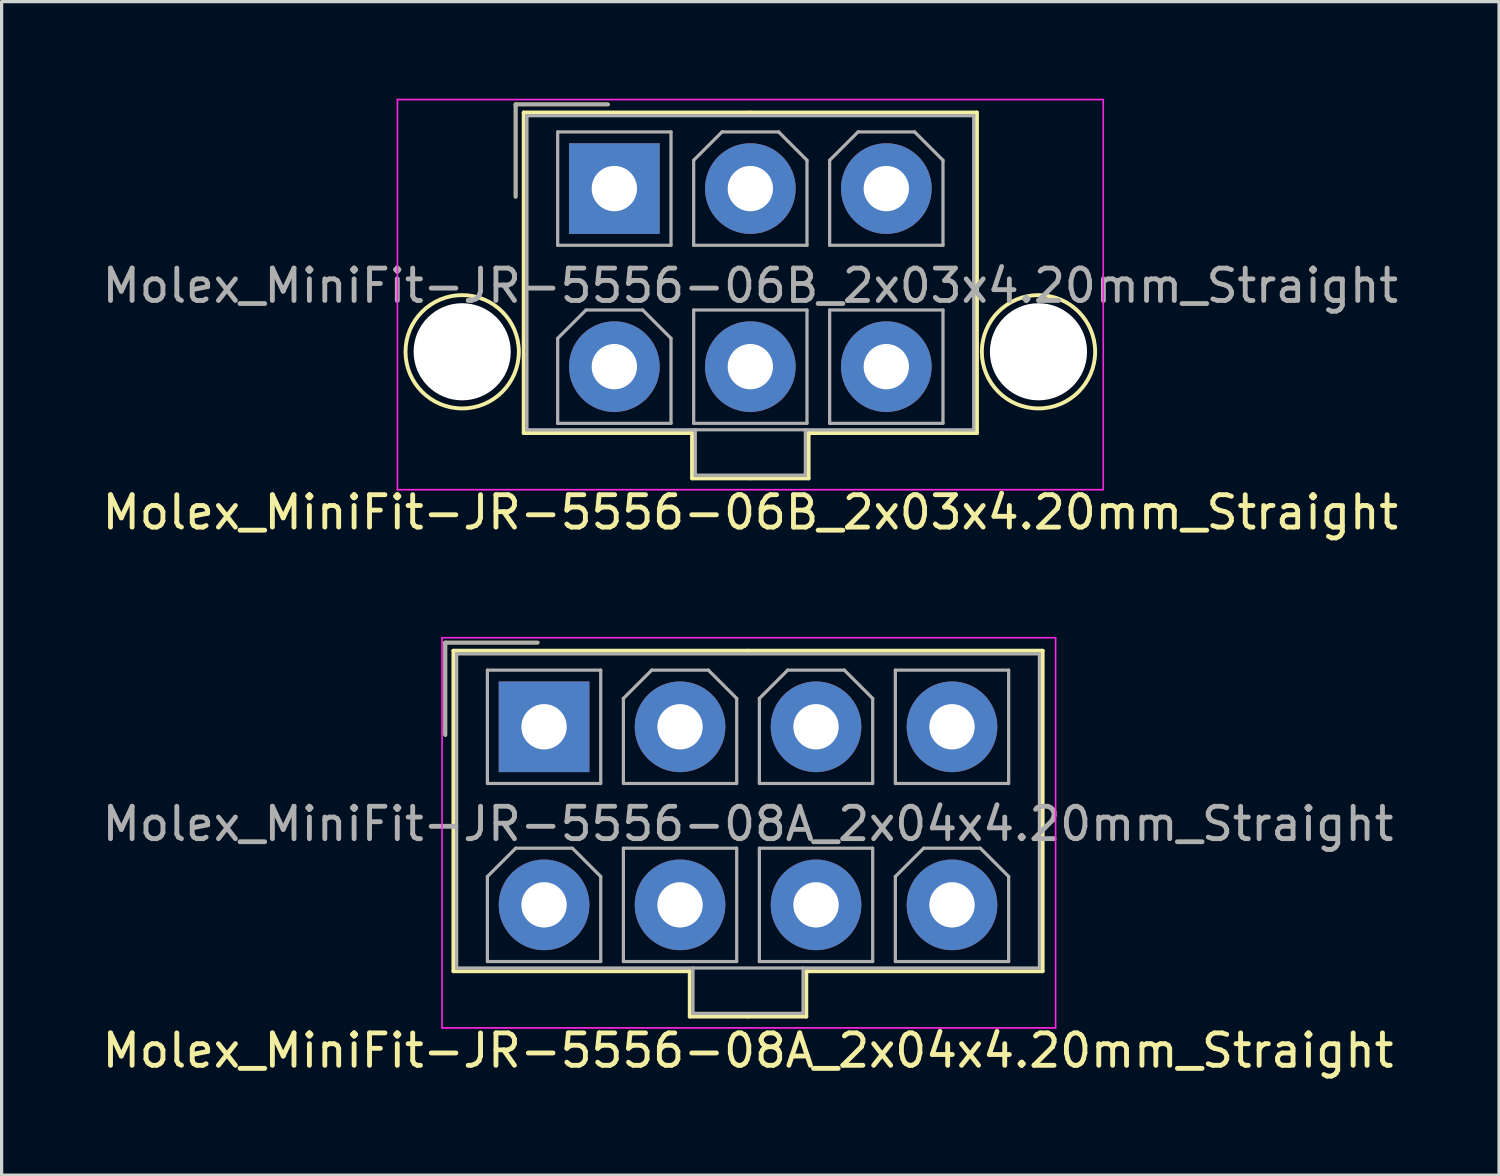
<source format=kicad_pcb>
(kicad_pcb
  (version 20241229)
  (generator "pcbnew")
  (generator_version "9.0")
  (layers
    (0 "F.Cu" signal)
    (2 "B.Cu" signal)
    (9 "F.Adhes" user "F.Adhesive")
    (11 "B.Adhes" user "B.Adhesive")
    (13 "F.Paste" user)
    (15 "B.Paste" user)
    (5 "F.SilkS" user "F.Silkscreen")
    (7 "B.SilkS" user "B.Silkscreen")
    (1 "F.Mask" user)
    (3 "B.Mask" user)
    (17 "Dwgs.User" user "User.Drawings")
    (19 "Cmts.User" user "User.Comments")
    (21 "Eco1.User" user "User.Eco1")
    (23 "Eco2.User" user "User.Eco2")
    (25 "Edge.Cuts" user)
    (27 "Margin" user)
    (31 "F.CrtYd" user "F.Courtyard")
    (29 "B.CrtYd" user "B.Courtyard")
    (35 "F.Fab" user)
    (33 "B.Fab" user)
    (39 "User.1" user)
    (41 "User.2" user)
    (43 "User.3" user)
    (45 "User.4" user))
  (footprint "Molex_MiniFit-JR-5556-06B_2x03x4.20mm_Straight"
    (layer "F.Cu")
    (at 15.925 2.775)
    (property "Reference" "Molex_MiniFit-JR-5556-06B_2x03x4.20mm_Straight" (at 4.2 10 0) (layer "F.SilkS") (effects (font (size 1 1) (thickness 0.15))))
    (attr through_hole)
    (fp_line (start -3.05 -2.6) (end -3.05 0.25) (stroke (width 0.12) (type solid)) (layer "F.SilkS"))
    (fp_line (start -2.8 -2.35) (end -2.8 7.55) (stroke (width 0.12) (type solid)) (layer "F.SilkS"))
    (fp_line (start -2.8 7.55) (end 2.4 7.55) (stroke (width 0.12) (type solid)) (layer "F.SilkS"))
    (fp_line (start -0.2 -2.6) (end -3.05 -2.6) (stroke (width 0.12) (type solid)) (layer "F.SilkS"))
    (fp_line (start 2.4 7.55) (end 2.4 8.95) (stroke (width 0.12) (type solid)) (layer "F.SilkS"))
    (fp_line (start 2.4 8.95) (end 4.2 8.95) (stroke (width 0.12) (type solid)) (layer "F.SilkS"))
    (fp_line (start 4.2 -2.35) (end -2.8 -2.35) (stroke (width 0.12) (type solid)) (layer "F.SilkS"))
    (fp_line (start 4.2 -2.35) (end 11.2 -2.35) (stroke (width 0.12) (type solid)) (layer "F.SilkS"))
    (fp_line (start 6 7.55) (end 6 8.95) (stroke (width 0.12) (type solid)) (layer "F.SilkS"))
    (fp_line (start 6 8.95) (end 4.2 8.95) (stroke (width 0.12) (type solid)) (layer "F.SilkS"))
    (fp_line (start 11.2 -2.35) (end 11.2 7.55) (stroke (width 0.12) (type solid)) (layer "F.SilkS"))
    (fp_line (start 11.2 7.55) (end 6 7.55) (stroke (width 0.12) (type solid)) (layer "F.SilkS"))
    (fp_circle (center -4.7 5.04) (end -2.95 5.04) (stroke (width 0.12) (type solid)) (fill no) (layer "F.SilkS"))
    (fp_circle (center 13.1 5.04) (end 14.85 5.04) (stroke (width 0.12) (type solid)) (fill no) (layer "F.SilkS"))
    (fp_line (start -6.7 -2.75) (end -6.7 9.3) (stroke (width 0.05) (type solid)) (layer "F.CrtYd"))
    (fp_line (start -6.7 9.3) (end 15.1 9.3) (stroke (width 0.05) (type solid)) (layer "F.CrtYd"))
    (fp_line (start 15.1 -2.75) (end -6.7 -2.75) (stroke (width 0.05) (type solid)) (layer "F.CrtYd"))
    (fp_line (start 15.1 9.3) (end 15.1 -2.75) (stroke (width 0.05) (type solid)) (layer "F.CrtYd"))
    (fp_line (start -3.05 -2.6) (end -3.05 0.25) (stroke (width 0.1) (type solid)) (layer "F.Fab"))
    (fp_line (start -2.7 -2.25) (end -2.7 7.45) (stroke (width 0.1) (type solid)) (layer "F.Fab"))
    (fp_line (start -2.7 7.45) (end 11.1 7.45) (stroke (width 0.1) (type solid)) (layer "F.Fab"))
    (fp_line (start -1.75 -1.75) (end -1.75 1.75) (stroke (width 0.1) (type solid)) (layer "F.Fab"))
    (fp_line (start -1.75 1.75) (end 1.75 1.75) (stroke (width 0.1) (type solid)) (layer "F.Fab"))
    (fp_line (start -1.75 4.625) (end -0.875 3.75) (stroke (width 0.1) (type solid)) (layer "F.Fab"))
    (fp_line (start -1.75 7.25) (end -1.75 4.625) (stroke (width 0.1) (type solid)) (layer "F.Fab"))
    (fp_line (start -0.875 3.75) (end 0.875 3.75) (stroke (width 0.1) (type solid)) (layer "F.Fab"))
    (fp_line (start -0.2 -2.6) (end -3.05 -2.6) (stroke (width 0.1) (type solid)) (layer "F.Fab"))
    (fp_line (start 0.875 3.75) (end 1.75 4.625) (stroke (width 0.1) (type solid)) (layer "F.Fab"))
    (fp_line (start 1.75 -1.75) (end -1.75 -1.75) (stroke (width 0.1) (type solid)) (layer "F.Fab"))
    (fp_line (start 1.75 1.75) (end 1.75 -1.75) (stroke (width 0.1) (type solid)) (layer "F.Fab"))
    (fp_line (start 1.75 4.625) (end 1.75 7.25) (stroke (width 0.1) (type solid)) (layer "F.Fab"))
    (fp_line (start 1.75 7.25) (end -1.75 7.25) (stroke (width 0.1) (type solid)) (layer "F.Fab"))
    (fp_line (start 2.45 -0.875) (end 3.325 -1.75) (stroke (width 0.1) (type solid)) (layer "F.Fab"))
    (fp_line (start 2.45 1.75) (end 2.45 -0.875) (stroke (width 0.1) (type solid)) (layer "F.Fab"))
    (fp_line (start 2.45 3.75) (end 2.45 7.25) (stroke (width 0.1) (type solid)) (layer "F.Fab"))
    (fp_line (start 2.45 7.25) (end 5.95 7.25) (stroke (width 0.1) (type solid)) (layer "F.Fab"))
    (fp_line (start 2.5 7.45) (end 2.5 8.85) (stroke (width 0.1) (type solid)) (layer "F.Fab"))
    (fp_line (start 2.5 8.85) (end 5.9 8.85) (stroke (width 0.1) (type solid)) (layer "F.Fab"))
    (fp_line (start 3.325 -1.75) (end 5.075 -1.75) (stroke (width 0.1) (type solid)) (layer "F.Fab"))
    (fp_line (start 5.075 -1.75) (end 5.95 -0.875) (stroke (width 0.1) (type solid)) (layer "F.Fab"))
    (fp_line (start 5.9 8.85) (end 5.9 7.45) (stroke (width 0.1) (type solid)) (layer "F.Fab"))
    (fp_line (start 5.95 -0.875) (end 5.95 1.75) (stroke (width 0.1) (type solid)) (layer "F.Fab"))
    (fp_line (start 5.95 1.75) (end 2.45 1.75) (stroke (width 0.1) (type solid)) (layer "F.Fab"))
    (fp_line (start 5.95 3.75) (end 2.45 3.75) (stroke (width 0.1) (type solid)) (layer "F.Fab"))
    (fp_line (start 5.95 7.25) (end 5.95 3.75) (stroke (width 0.1) (type solid)) (layer "F.Fab"))
    (fp_line (start 6.65 -0.875) (end 7.525 -1.75) (stroke (width 0.1) (type solid)) (layer "F.Fab"))
    (fp_line (start 6.65 1.75) (end 6.65 -0.875) (stroke (width 0.1) (type solid)) (layer "F.Fab"))
    (fp_line (start 6.65 3.75) (end 6.65 7.25) (stroke (width 0.1) (type solid)) (layer "F.Fab"))
    (fp_line (start 6.65 7.25) (end 10.15 7.25) (stroke (width 0.1) (type solid)) (layer "F.Fab"))
    (fp_line (start 7.525 -1.75) (end 9.275 -1.75) (stroke (width 0.1) (type solid)) (layer "F.Fab"))
    (fp_line (start 9.275 -1.75) (end 10.15 -0.875) (stroke (width 0.1) (type solid)) (layer "F.Fab"))
    (fp_line (start 10.15 -0.875) (end 10.15 1.75) (stroke (width 0.1) (type solid)) (layer "F.Fab"))
    (fp_line (start 10.15 1.75) (end 6.65 1.75) (stroke (width 0.1) (type solid)) (layer "F.Fab"))
    (fp_line (start 10.15 3.75) (end 6.65 3.75) (stroke (width 0.1) (type solid)) (layer "F.Fab"))
    (fp_line (start 10.15 7.25) (end 10.15 3.75) (stroke (width 0.1) (type solid)) (layer "F.Fab"))
    (fp_line (start 11.1 -2.25) (end -2.7 -2.25) (stroke (width 0.1) (type solid)) (layer "F.Fab"))
    (fp_line (start 11.1 7.45) (end 11.1 -2.25) (stroke (width 0.1) (type solid)) (layer "F.Fab"))
    (fp_text user "${REFERENCE}" (at 4.2 3 0) (layer "F.Fab") (effects (font (size 1 1) (thickness 0.15))))
    (pad "" np_thru_hole circle (at -4.7 5.04) (size 3 3) (drill 3) (layers "*.Cu" "*.Mask"))
    (pad "" np_thru_hole circle (at 13.1 5.04) (size 3 3) (drill 3) (layers "*.Cu" "*.Mask"))
    (pad "1" thru_hole rect (at 0 0) (size 2.8 2.8) (drill 1.4) (layers "*.Cu" "*.Mask"))
    (pad "2" thru_hole circle (at 4.2 0) (size 2.8 2.8) (drill 1.4) (layers "*.Cu" "*.Mask"))
    (pad "3" thru_hole circle (at 8.4 0) (size 2.8 2.8) (drill 1.4) (layers "*.Cu" "*.Mask"))
    (pad "4" thru_hole circle (at 0 5.5) (size 2.8 2.8) (drill 1.4) (layers "*.Cu" "*.Mask"))
    (pad "5" thru_hole circle (at 4.2 5.5) (size 2.8 2.8) (drill 1.4) (layers "*.Cu" "*.Mask"))
    (pad "6" thru_hole circle (at 8.4 5.5) (size 2.8 2.8) (drill 1.4) (layers "*.Cu" "*.Mask")))
  (footprint "Molex_MiniFit-JR-5556-08A_2x04x4.20mm_Straight"
    (layer "F.Cu")
    (at 13.754 19.398)
    (property "Reference" "Molex_MiniFit-JR-5556-08A_2x04x4.20mm_Straight" (at 6.3 10 0) (layer "F.SilkS") (effects (font (size 1 1) (thickness 0.15))))
    (attr through_hole)
    (fp_line (start -3.05 -2.6) (end -3.05 0.25) (stroke (width 0.12) (type solid)) (layer "F.SilkS"))
    (fp_line (start -2.8 -2.35) (end -2.8 7.55) (stroke (width 0.12) (type solid)) (layer "F.SilkS"))
    (fp_line (start -2.8 7.55) (end 4.5 7.55) (stroke (width 0.12) (type solid)) (layer "F.SilkS"))
    (fp_line (start -0.2 -2.6) (end -3.05 -2.6) (stroke (width 0.12) (type solid)) (layer "F.SilkS"))
    (fp_line (start 4.5 7.55) (end 4.5 8.95) (stroke (width 0.12) (type solid)) (layer "F.SilkS"))
    (fp_line (start 4.5 8.95) (end 6.3 8.95) (stroke (width 0.12) (type solid)) (layer "F.SilkS"))
    (fp_line (start 6.3 -2.35) (end -2.8 -2.35) (stroke (width 0.12) (type solid)) (layer "F.SilkS"))
    (fp_line (start 6.3 -2.35) (end 15.4 -2.35) (stroke (width 0.12) (type solid)) (layer "F.SilkS"))
    (fp_line (start 8.1 7.55) (end 8.1 8.95) (stroke (width 0.12) (type solid)) (layer "F.SilkS"))
    (fp_line (start 8.1 8.95) (end 6.3 8.95) (stroke (width 0.12) (type solid)) (layer "F.SilkS"))
    (fp_line (start 15.4 -2.35) (end 15.4 7.55) (stroke (width 0.12) (type solid)) (layer "F.SilkS"))
    (fp_line (start 15.4 7.55) (end 8.1 7.55) (stroke (width 0.12) (type solid)) (layer "F.SilkS"))
    (fp_line (start -3.15 -2.75) (end -3.15 9.3) (stroke (width 0.05) (type solid)) (layer "F.CrtYd"))
    (fp_line (start -3.15 9.3) (end 15.8 9.3) (stroke (width 0.05) (type solid)) (layer "F.CrtYd"))
    (fp_line (start 15.8 -2.75) (end -3.15 -2.75) (stroke (width 0.05) (type solid)) (layer "F.CrtYd"))
    (fp_line (start 15.8 9.3) (end 15.8 -2.75) (stroke (width 0.05) (type solid)) (layer "F.CrtYd"))
    (fp_line (start -3.05 -2.6) (end -3.05 0.25) (stroke (width 0.1) (type solid)) (layer "F.Fab"))
    (fp_line (start -2.7 -2.25) (end -2.7 7.45) (stroke (width 0.1) (type solid)) (layer "F.Fab"))
    (fp_line (start -2.7 7.45) (end 15.3 7.45) (stroke (width 0.1) (type solid)) (layer "F.Fab"))
    (fp_line (start -1.75 -1.75) (end -1.75 1.75) (stroke (width 0.1) (type solid)) (layer "F.Fab"))
    (fp_line (start -1.75 1.75) (end 1.75 1.75) (stroke (width 0.1) (type solid)) (layer "F.Fab"))
    (fp_line (start -1.75 4.625) (end -0.875 3.75) (stroke (width 0.1) (type solid)) (layer "F.Fab"))
    (fp_line (start -1.75 7.25) (end -1.75 4.625) (stroke (width 0.1) (type solid)) (layer "F.Fab"))
    (fp_line (start -0.875 3.75) (end 0.875 3.75) (stroke (width 0.1) (type solid)) (layer "F.Fab"))
    (fp_line (start -0.2 -2.6) (end -3.05 -2.6) (stroke (width 0.1) (type solid)) (layer "F.Fab"))
    (fp_line (start 0.875 3.75) (end 1.75 4.625) (stroke (width 0.1) (type solid)) (layer "F.Fab"))
    (fp_line (start 1.75 -1.75) (end -1.75 -1.75) (stroke (width 0.1) (type solid)) (layer "F.Fab"))
    (fp_line (start 1.75 1.75) (end 1.75 -1.75) (stroke (width 0.1) (type solid)) (layer "F.Fab"))
    (fp_line (start 1.75 4.625) (end 1.75 7.25) (stroke (width 0.1) (type solid)) (layer "F.Fab"))
    (fp_line (start 1.75 7.25) (end -1.75 7.25) (stroke (width 0.1) (type solid)) (layer "F.Fab"))
    (fp_line (start 2.45 -0.875) (end 3.325 -1.75) (stroke (width 0.1) (type solid)) (layer "F.Fab"))
    (fp_line (start 2.45 1.75) (end 2.45 -0.875) (stroke (width 0.1) (type solid)) (layer "F.Fab"))
    (fp_line (start 2.45 3.75) (end 2.45 7.25) (stroke (width 0.1) (type solid)) (layer "F.Fab"))
    (fp_line (start 2.45 7.25) (end 5.95 7.25) (stroke (width 0.1) (type solid)) (layer "F.Fab"))
    (fp_line (start 3.325 -1.75) (end 5.075 -1.75) (stroke (width 0.1) (type solid)) (layer "F.Fab"))
    (fp_line (start 4.6 7.45) (end 4.6 8.85) (stroke (width 0.1) (type solid)) (layer "F.Fab"))
    (fp_line (start 4.6 8.85) (end 8 8.85) (stroke (width 0.1) (type solid)) (layer "F.Fab"))
    (fp_line (start 5.075 -1.75) (end 5.95 -0.875) (stroke (width 0.1) (type solid)) (layer "F.Fab"))
    (fp_line (start 5.95 -0.875) (end 5.95 1.75) (stroke (width 0.1) (type solid)) (layer "F.Fab"))
    (fp_line (start 5.95 1.75) (end 2.45 1.75) (stroke (width 0.1) (type solid)) (layer "F.Fab"))
    (fp_line (start 5.95 3.75) (end 2.45 3.75) (stroke (width 0.1) (type solid)) (layer "F.Fab"))
    (fp_line (start 5.95 7.25) (end 5.95 3.75) (stroke (width 0.1) (type solid)) (layer "F.Fab"))
    (fp_line (start 6.65 -0.875) (end 7.525 -1.75) (stroke (width 0.1) (type solid)) (layer "F.Fab"))
    (fp_line (start 6.65 1.75) (end 6.65 -0.875) (stroke (width 0.1) (type solid)) (layer "F.Fab"))
    (fp_line (start 6.65 3.75) (end 6.65 7.25) (stroke (width 0.1) (type solid)) (layer "F.Fab"))
    (fp_line (start 6.65 7.25) (end 10.15 7.25) (stroke (width 0.1) (type solid)) (layer "F.Fab"))
    (fp_line (start 7.525 -1.75) (end 9.275 -1.75) (stroke (width 0.1) (type solid)) (layer "F.Fab"))
    (fp_line (start 8 8.85) (end 8 7.45) (stroke (width 0.1) (type solid)) (layer "F.Fab"))
    (fp_line (start 9.275 -1.75) (end 10.15 -0.875) (stroke (width 0.1) (type solid)) (layer "F.Fab"))
    (fp_line (start 10.15 -0.875) (end 10.15 1.75) (stroke (width 0.1) (type solid)) (layer "F.Fab"))
    (fp_line (start 10.15 1.75) (end 6.65 1.75) (stroke (width 0.1) (type solid)) (layer "F.Fab"))
    (fp_line (start 10.15 3.75) (end 6.65 3.75) (stroke (width 0.1) (type solid)) (layer "F.Fab"))
    (fp_line (start 10.15 7.25) (end 10.15 3.75) (stroke (width 0.1) (type solid)) (layer "F.Fab"))
    (fp_line (start 10.85 -1.75) (end 10.85 1.75) (stroke (width 0.1) (type solid)) (layer "F.Fab"))
    (fp_line (start 10.85 1.75) (end 14.35 1.75) (stroke (width 0.1) (type solid)) (layer "F.Fab"))
    (fp_line (start 10.85 4.625) (end 11.725 3.75) (stroke (width 0.1) (type solid)) (layer "F.Fab"))
    (fp_line (start 10.85 7.25) (end 10.85 4.625) (stroke (width 0.1) (type solid)) (layer "F.Fab"))
    (fp_line (start 11.725 3.75) (end 13.475 3.75) (stroke (width 0.1) (type solid)) (layer "F.Fab"))
    (fp_line (start 13.475 3.75) (end 14.35 4.625) (stroke (width 0.1) (type solid)) (layer "F.Fab"))
    (fp_line (start 14.35 -1.75) (end 10.85 -1.75) (stroke (width 0.1) (type solid)) (layer "F.Fab"))
    (fp_line (start 14.35 1.75) (end 14.35 -1.75) (stroke (width 0.1) (type solid)) (layer "F.Fab"))
    (fp_line (start 14.35 4.625) (end 14.35 7.25) (stroke (width 0.1) (type solid)) (layer "F.Fab"))
    (fp_line (start 14.35 7.25) (end 10.85 7.25) (stroke (width 0.1) (type solid)) (layer "F.Fab"))
    (fp_line (start 15.3 -2.25) (end -2.7 -2.25) (stroke (width 0.1) (type solid)) (layer "F.Fab"))
    (fp_line (start 15.3 7.45) (end 15.3 -2.25) (stroke (width 0.1) (type solid)) (layer "F.Fab"))
    (fp_text user "${REFERENCE}" (at 6.3 3 0) (layer "F.Fab") (effects (font (size 1 1) (thickness 0.15))))
    (pad "1" thru_hole rect (at 0 0) (size 2.8 2.8) (drill 1.4) (layers "*.Cu" "*.Mask"))
    (pad "2" thru_hole circle (at 4.2 0) (size 2.8 2.8) (drill 1.4) (layers "*.Cu" "*.Mask"))
    (pad "3" thru_hole circle (at 8.4 0) (size 2.8 2.8) (drill 1.4) (layers "*.Cu" "*.Mask"))
    (pad "4" thru_hole circle (at 12.6 0) (size 2.8 2.8) (drill 1.4) (layers "*.Cu" "*.Mask"))
    (pad "5" thru_hole circle (at 0 5.5) (size 2.8 2.8) (drill 1.4) (layers "*.Cu" "*.Mask"))
    (pad "6" thru_hole circle (at 4.2 5.5) (size 2.8 2.8) (drill 1.4) (layers "*.Cu" "*.Mask"))
    (pad "7" thru_hole circle (at 8.4 5.5) (size 2.8 2.8) (drill 1.4) (layers "*.Cu" "*.Mask"))
    (pad "8" thru_hole circle (at 12.6 5.5) (size 2.8 2.8) (drill 1.4) (layers "*.Cu" "*.Mask")))
  (gr_rect
    (start -3 -3)
    (end 43.25 33.246)
    (stroke (width 0.1) (type default))
    (fill no)
    (layer "Edge.Cuts")))
</source>
